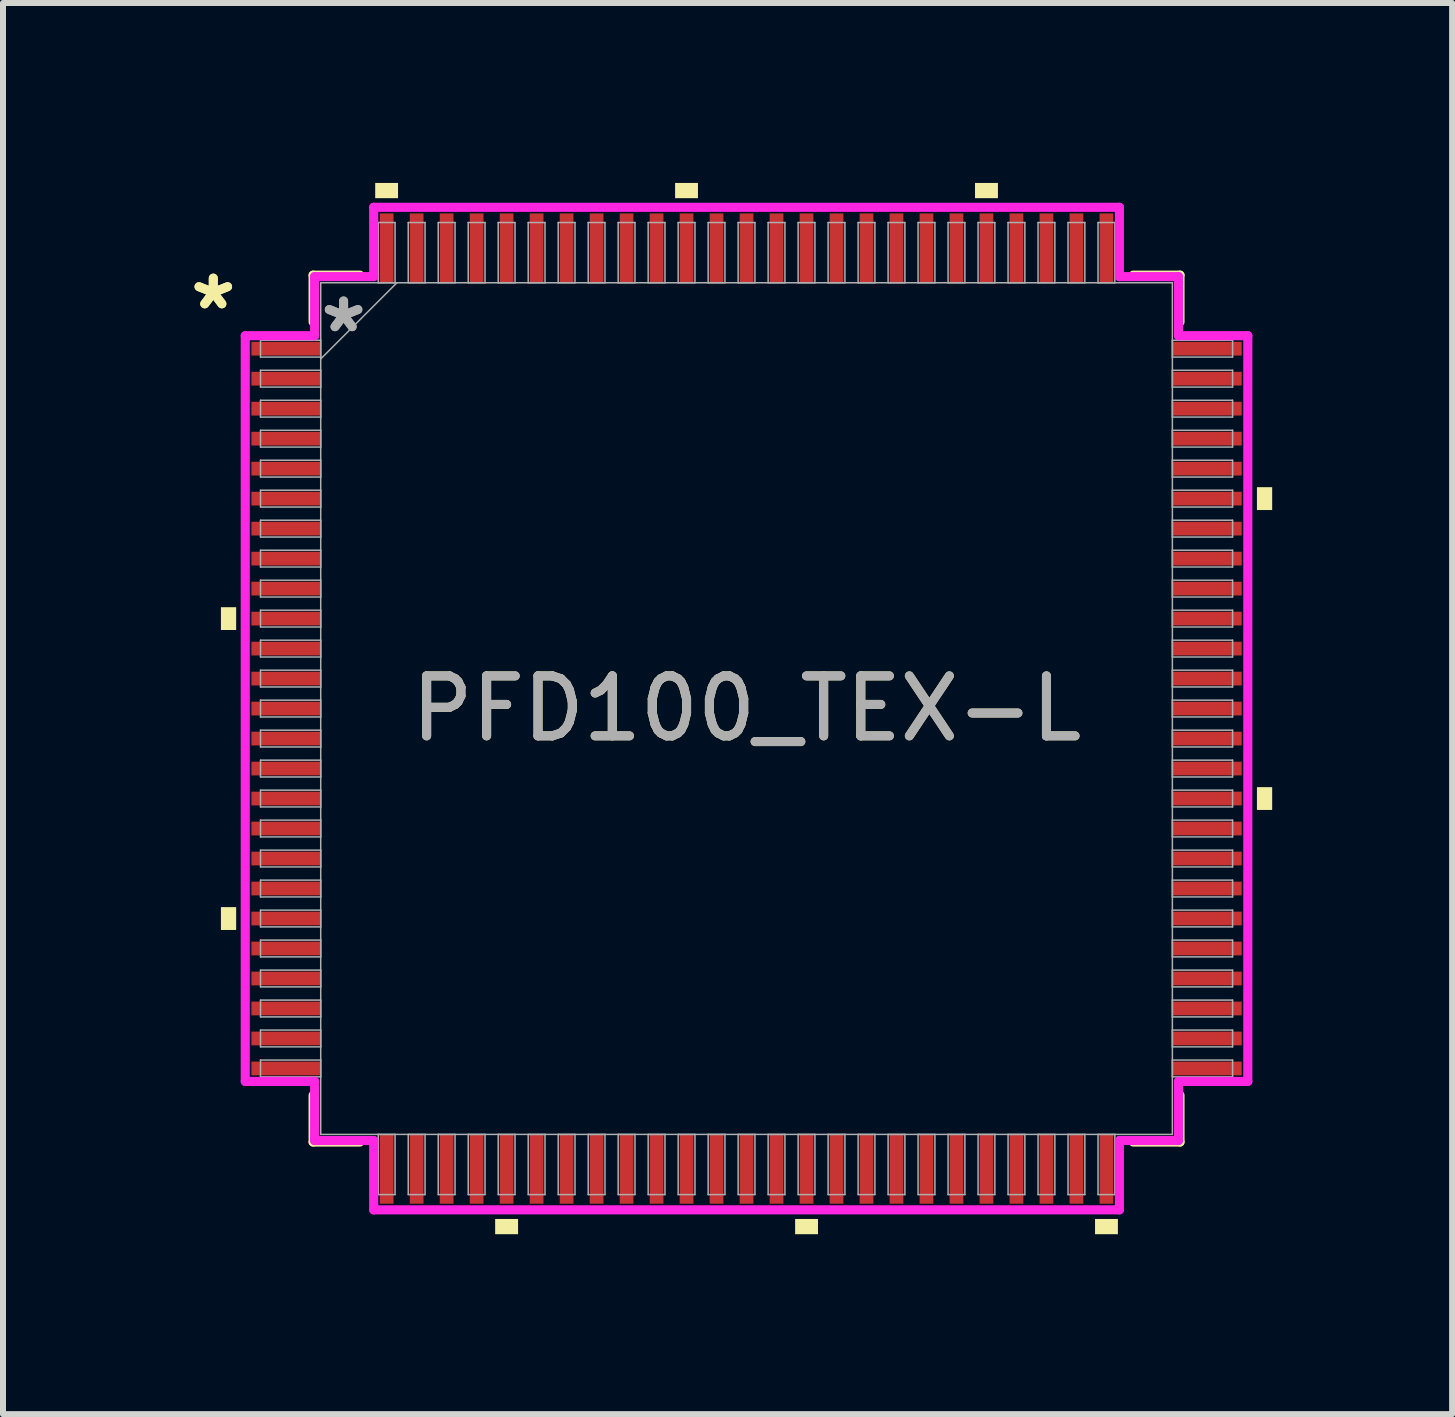
<source format=kicad_pcb>
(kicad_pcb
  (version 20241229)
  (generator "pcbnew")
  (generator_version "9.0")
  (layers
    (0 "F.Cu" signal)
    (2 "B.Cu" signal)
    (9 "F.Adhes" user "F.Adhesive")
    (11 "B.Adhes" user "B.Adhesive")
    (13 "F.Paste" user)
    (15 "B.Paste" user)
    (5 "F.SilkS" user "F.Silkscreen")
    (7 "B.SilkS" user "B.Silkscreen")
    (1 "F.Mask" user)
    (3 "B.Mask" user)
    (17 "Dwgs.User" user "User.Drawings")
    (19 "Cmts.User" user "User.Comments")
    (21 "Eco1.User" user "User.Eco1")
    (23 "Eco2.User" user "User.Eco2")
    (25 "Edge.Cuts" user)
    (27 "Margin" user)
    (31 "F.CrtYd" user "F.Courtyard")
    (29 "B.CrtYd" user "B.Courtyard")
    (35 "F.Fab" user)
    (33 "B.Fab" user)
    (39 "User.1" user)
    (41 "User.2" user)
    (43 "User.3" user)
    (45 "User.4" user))
  (footprint "PFD100_TEX-L"
    (layer "F.Cu")
    (at 9.396 8.763)
    (property "Reference" "PFD100_TEX-L" (at 0 0 0) (unlocked yes) (layer "F.SilkS") (effects (font (size 1 1) (thickness 0.15))))
    (attr smd)
    (fp_line (start -7.226 -7.226) (end -7.226 -6.447) (stroke (width 0.152) (type solid)) (layer "F.SilkS"))
    (fp_line (start -7.226 6.447) (end -7.226 7.226) (stroke (width 0.152) (type solid)) (layer "F.SilkS"))
    (fp_line (start -7.226 7.226) (end -6.447 7.226) (stroke (width 0.152) (type solid)) (layer "F.SilkS"))
    (fp_line (start -6.447 -7.226) (end -7.226 -7.226) (stroke (width 0.152) (type solid)) (layer "F.SilkS"))
    (fp_line (start 6.447 7.226) (end 7.226 7.226) (stroke (width 0.152) (type solid)) (layer "F.SilkS"))
    (fp_line (start 7.226 -7.226) (end 6.447 -7.226) (stroke (width 0.152) (type solid)) (layer "F.SilkS"))
    (fp_line (start 7.226 -6.447) (end 7.226 -7.226) (stroke (width 0.152) (type solid)) (layer "F.SilkS"))
    (fp_line (start 7.226 7.226) (end 7.226 6.447) (stroke (width 0.152) (type solid)) (layer "F.SilkS"))
    (fp_poly (pts (xy -8.763 -1.69) (xy -8.763 -1.31) (xy -8.509 -1.31) (xy -8.509 -1.69)) (stroke (width 0) (type solid)) (fill yes) (layer "F.SilkS"))
    (fp_poly (pts (xy -8.763 3.31) (xy -8.763 3.691) (xy -8.509 3.691) (xy -8.509 3.31)) (stroke (width 0) (type solid)) (fill yes) (layer "F.SilkS"))
    (fp_poly (pts (xy -6.191 -8.509) (xy -6.191 -8.763) (xy -5.81 -8.763) (xy -5.81 -8.509)) (stroke (width 0) (type solid)) (fill yes) (layer "F.SilkS"))
    (fp_poly (pts (xy -4.191 8.509) (xy -4.191 8.763) (xy -3.809 8.763) (xy -3.809 8.509)) (stroke (width 0) (type solid)) (fill yes) (layer "F.SilkS"))
    (fp_poly (pts (xy -1.191 -8.509) (xy -1.191 -8.763) (xy -0.81 -8.763) (xy -0.81 -8.509)) (stroke (width 0) (type solid)) (fill yes) (layer "F.SilkS"))
    (fp_poly (pts (xy 0.81 8.509) (xy 0.81 8.763) (xy 1.191 8.763) (xy 1.191 8.509)) (stroke (width 0) (type solid)) (fill yes) (layer "F.SilkS"))
    (fp_poly (pts (xy 3.809 -8.509) (xy 3.809 -8.763) (xy 4.191 -8.763) (xy 4.191 -8.509)) (stroke (width 0) (type solid)) (fill yes) (layer "F.SilkS"))
    (fp_poly (pts (xy 5.81 8.509) (xy 5.81 8.763) (xy 6.191 8.763) (xy 6.191 8.509)) (stroke (width 0) (type solid)) (fill yes) (layer "F.SilkS"))
    (fp_poly (pts (xy 8.763 -3.691) (xy 8.763 -3.31) (xy 8.509 -3.31) (xy 8.509 -3.691)) (stroke (width 0) (type solid)) (fill yes) (layer "F.SilkS"))
    (fp_poly (pts (xy 8.763 1.31) (xy 8.763 1.69) (xy 8.509 1.69) (xy 8.509 1.31)) (stroke (width 0) (type solid)) (fill yes) (layer "F.SilkS"))
    (fp_line (start -8.357 -6.216) (end -7.201 -6.216) (stroke (width 0.152) (type solid)) (layer "F.CrtYd"))
    (fp_line (start -8.357 6.216) (end -8.357 -6.216) (stroke (width 0.152) (type solid)) (layer "F.CrtYd"))
    (fp_line (start -7.201 -7.201) (end -6.216 -7.201) (stroke (width 0.152) (type solid)) (layer "F.CrtYd"))
    (fp_line (start -7.201 -6.216) (end -7.201 -7.201) (stroke (width 0.152) (type solid)) (layer "F.CrtYd"))
    (fp_line (start -7.201 6.216) (end -8.357 6.216) (stroke (width 0.152) (type solid)) (layer "F.CrtYd"))
    (fp_line (start -7.201 7.201) (end -7.201 6.216) (stroke (width 0.152) (type solid)) (layer "F.CrtYd"))
    (fp_line (start -7.201 7.201) (end -6.216 7.201) (stroke (width 0.152) (type solid)) (layer "F.CrtYd"))
    (fp_line (start -6.216 -8.357) (end 6.216 -8.357) (stroke (width 0.152) (type solid)) (layer "F.CrtYd"))
    (fp_line (start -6.216 -7.201) (end -6.216 -8.357) (stroke (width 0.152) (type solid)) (layer "F.CrtYd"))
    (fp_line (start -6.216 7.201) (end -6.216 8.357) (stroke (width 0.152) (type solid)) (layer "F.CrtYd"))
    (fp_line (start -6.216 8.357) (end 6.216 8.357) (stroke (width 0.152) (type solid)) (layer "F.CrtYd"))
    (fp_line (start 6.216 -8.357) (end 6.216 -7.201) (stroke (width 0.152) (type solid)) (layer "F.CrtYd"))
    (fp_line (start 6.216 -7.201) (end 7.201 -7.201) (stroke (width 0.152) (type solid)) (layer "F.CrtYd"))
    (fp_line (start 6.216 7.201) (end 7.201 7.201) (stroke (width 0.152) (type solid)) (layer "F.CrtYd"))
    (fp_line (start 6.216 8.357) (end 6.216 7.201) (stroke (width 0.152) (type solid)) (layer "F.CrtYd"))
    (fp_line (start 7.201 -6.216) (end 7.201 -7.201) (stroke (width 0.152) (type solid)) (layer "F.CrtYd"))
    (fp_line (start 7.201 6.216) (end 8.357 6.216) (stroke (width 0.152) (type solid)) (layer "F.CrtYd"))
    (fp_line (start 7.201 7.201) (end 7.201 6.216) (stroke (width 0.152) (type solid)) (layer "F.CrtYd"))
    (fp_line (start 8.357 -6.216) (end 7.201 -6.216) (stroke (width 0.152) (type solid)) (layer "F.CrtYd"))
    (fp_line (start 8.357 6.216) (end 8.357 -6.216) (stroke (width 0.152) (type solid)) (layer "F.CrtYd"))
    (fp_line (start -8.103 -6.14) (end -8.103 -5.86) (stroke (width 0.025) (type solid)) (layer "F.Fab"))
    (fp_line (start -8.103 -5.86) (end -7.099 -5.86) (stroke (width 0.025) (type solid)) (layer "F.Fab"))
    (fp_line (start -8.103 -5.64) (end -8.103 -5.36) (stroke (width 0.025) (type solid)) (layer "F.Fab"))
    (fp_line (start -8.103 -5.36) (end -7.099 -5.36) (stroke (width 0.025) (type solid)) (layer "F.Fab"))
    (fp_line (start -8.103 -5.14) (end -8.103 -4.86) (stroke (width 0.025) (type solid)) (layer "F.Fab"))
    (fp_line (start -8.103 -4.86) (end -7.099 -4.86) (stroke (width 0.025) (type solid)) (layer "F.Fab"))
    (fp_line (start -8.103 -4.64) (end -8.103 -4.36) (stroke (width 0.025) (type solid)) (layer "F.Fab"))
    (fp_line (start -8.103 -4.36) (end -7.099 -4.36) (stroke (width 0.025) (type solid)) (layer "F.Fab"))
    (fp_line (start -8.103 -4.14) (end -8.103 -3.86) (stroke (width 0.025) (type solid)) (layer "F.Fab"))
    (fp_line (start -8.103 -3.86) (end -7.099 -3.86) (stroke (width 0.025) (type solid)) (layer "F.Fab"))
    (fp_line (start -8.103 -3.64) (end -8.103 -3.36) (stroke (width 0.025) (type solid)) (layer "F.Fab"))
    (fp_line (start -8.103 -3.36) (end -7.099 -3.36) (stroke (width 0.025) (type solid)) (layer "F.Fab"))
    (fp_line (start -8.103 -3.14) (end -8.103 -2.86) (stroke (width 0.025) (type solid)) (layer "F.Fab"))
    (fp_line (start -8.103 -2.86) (end -7.099 -2.86) (stroke (width 0.025) (type solid)) (layer "F.Fab"))
    (fp_line (start -8.103 -2.64) (end -8.103 -2.36) (stroke (width 0.025) (type solid)) (layer "F.Fab"))
    (fp_line (start -8.103 -2.36) (end -7.099 -2.36) (stroke (width 0.025) (type solid)) (layer "F.Fab"))
    (fp_line (start -8.103 -2.14) (end -8.103 -1.86) (stroke (width 0.025) (type solid)) (layer "F.Fab"))
    (fp_line (start -8.103 -1.86) (end -7.099 -1.86) (stroke (width 0.025) (type solid)) (layer "F.Fab"))
    (fp_line (start -8.103 -1.64) (end -8.103 -1.36) (stroke (width 0.025) (type solid)) (layer "F.Fab"))
    (fp_line (start -8.103 -1.36) (end -7.099 -1.36) (stroke (width 0.025) (type solid)) (layer "F.Fab"))
    (fp_line (start -8.103 -1.14) (end -8.103 -0.86) (stroke (width 0.025) (type solid)) (layer "F.Fab"))
    (fp_line (start -8.103 -0.86) (end -7.099 -0.86) (stroke (width 0.025) (type solid)) (layer "F.Fab"))
    (fp_line (start -8.103 -0.64) (end -8.103 -0.36) (stroke (width 0.025) (type solid)) (layer "F.Fab"))
    (fp_line (start -8.103 -0.36) (end -7.099 -0.36) (stroke (width 0.025) (type solid)) (layer "F.Fab"))
    (fp_line (start -8.103 -0.14) (end -8.103 0.14) (stroke (width 0.025) (type solid)) (layer "F.Fab"))
    (fp_line (start -8.103 0.14) (end -7.099 0.14) (stroke (width 0.025) (type solid)) (layer "F.Fab"))
    (fp_line (start -8.103 0.36) (end -8.103 0.64) (stroke (width 0.025) (type solid)) (layer "F.Fab"))
    (fp_line (start -8.103 0.64) (end -7.099 0.64) (stroke (width 0.025) (type solid)) (layer "F.Fab"))
    (fp_line (start -8.103 0.86) (end -8.103 1.14) (stroke (width 0.025) (type solid)) (layer "F.Fab"))
    (fp_line (start -8.103 1.14) (end -7.099 1.14) (stroke (width 0.025) (type solid)) (layer "F.Fab"))
    (fp_line (start -8.103 1.36) (end -8.103 1.64) (stroke (width 0.025) (type solid)) (layer "F.Fab"))
    (fp_line (start -8.103 1.64) (end -7.099 1.64) (stroke (width 0.025) (type solid)) (layer "F.Fab"))
    (fp_line (start -8.103 1.86) (end -8.103 2.14) (stroke (width 0.025) (type solid)) (layer "F.Fab"))
    (fp_line (start -8.103 2.14) (end -7.099 2.14) (stroke (width 0.025) (type solid)) (layer "F.Fab"))
    (fp_line (start -8.103 2.36) (end -8.103 2.64) (stroke (width 0.025) (type solid)) (layer "F.Fab"))
    (fp_line (start -8.103 2.64) (end -7.099 2.64) (stroke (width 0.025) (type solid)) (layer "F.Fab"))
    (fp_line (start -8.103 2.86) (end -8.103 3.14) (stroke (width 0.025) (type solid)) (layer "F.Fab"))
    (fp_line (start -8.103 3.14) (end -7.099 3.14) (stroke (width 0.025) (type solid)) (layer "F.Fab"))
    (fp_line (start -8.103 3.36) (end -8.103 3.64) (stroke (width 0.025) (type solid)) (layer "F.Fab"))
    (fp_line (start -8.103 3.64) (end -7.099 3.64) (stroke (width 0.025) (type solid)) (layer "F.Fab"))
    (fp_line (start -8.103 3.86) (end -8.103 4.14) (stroke (width 0.025) (type solid)) (layer "F.Fab"))
    (fp_line (start -8.103 4.14) (end -7.099 4.14) (stroke (width 0.025) (type solid)) (layer "F.Fab"))
    (fp_line (start -8.103 4.36) (end -8.103 4.64) (stroke (width 0.025) (type solid)) (layer "F.Fab"))
    (fp_line (start -8.103 4.64) (end -7.099 4.64) (stroke (width 0.025) (type solid)) (layer "F.Fab"))
    (fp_line (start -8.103 4.86) (end -8.103 5.14) (stroke (width 0.025) (type solid)) (layer "F.Fab"))
    (fp_line (start -8.103 5.14) (end -7.099 5.14) (stroke (width 0.025) (type solid)) (layer "F.Fab"))
    (fp_line (start -8.103 5.36) (end -8.103 5.64) (stroke (width 0.025) (type solid)) (layer "F.Fab"))
    (fp_line (start -8.103 5.64) (end -7.099 5.64) (stroke (width 0.025) (type solid)) (layer "F.Fab"))
    (fp_line (start -8.103 5.86) (end -8.103 6.14) (stroke (width 0.025) (type solid)) (layer "F.Fab"))
    (fp_line (start -8.103 6.14) (end -7.099 6.14) (stroke (width 0.025) (type solid)) (layer "F.Fab"))
    (fp_line (start -7.099 -7.099) (end -7.099 7.099) (stroke (width 0.025) (type solid)) (layer "F.Fab"))
    (fp_line (start -7.099 -6.14) (end -8.103 -6.14) (stroke (width 0.025) (type solid)) (layer "F.Fab"))
    (fp_line (start -7.099 -5.86) (end -7.099 -6.14) (stroke (width 0.025) (type solid)) (layer "F.Fab"))
    (fp_line (start -7.099 -5.829) (end -5.829 -7.099) (stroke (width 0.025) (type solid)) (layer "F.Fab"))
    (fp_line (start -7.099 -5.64) (end -8.103 -5.64) (stroke (width 0.025) (type solid)) (layer "F.Fab"))
    (fp_line (start -7.099 -5.36) (end -7.099 -5.64) (stroke (width 0.025) (type solid)) (layer "F.Fab"))
    (fp_line (start -7.099 -5.14) (end -8.103 -5.14) (stroke (width 0.025) (type solid)) (layer "F.Fab"))
    (fp_line (start -7.099 -4.86) (end -7.099 -5.14) (stroke (width 0.025) (type solid)) (layer "F.Fab"))
    (fp_line (start -7.099 -4.64) (end -8.103 -4.64) (stroke (width 0.025) (type solid)) (layer "F.Fab"))
    (fp_line (start -7.099 -4.36) (end -7.099 -4.64) (stroke (width 0.025) (type solid)) (layer "F.Fab"))
    (fp_line (start -7.099 -4.14) (end -8.103 -4.14) (stroke (width 0.025) (type solid)) (layer "F.Fab"))
    (fp_line (start -7.099 -3.86) (end -7.099 -4.14) (stroke (width 0.025) (type solid)) (layer "F.Fab"))
    (fp_line (start -7.099 -3.64) (end -8.103 -3.64) (stroke (width 0.025) (type solid)) (layer "F.Fab"))
    (fp_line (start -7.099 -3.36) (end -7.099 -3.64) (stroke (width 0.025) (type solid)) (layer "F.Fab"))
    (fp_line (start -7.099 -3.14) (end -8.103 -3.14) (stroke (width 0.025) (type solid)) (layer "F.Fab"))
    (fp_line (start -7.099 -2.86) (end -7.099 -3.14) (stroke (width 0.025) (type solid)) (layer "F.Fab"))
    (fp_line (start -7.099 -2.64) (end -8.103 -2.64) (stroke (width 0.025) (type solid)) (layer "F.Fab"))
    (fp_line (start -7.099 -2.36) (end -7.099 -2.64) (stroke (width 0.025) (type solid)) (layer "F.Fab"))
    (fp_line (start -7.099 -2.14) (end -8.103 -2.14) (stroke (width 0.025) (type solid)) (layer "F.Fab"))
    (fp_line (start -7.099 -1.86) (end -7.099 -2.14) (stroke (width 0.025) (type solid)) (layer "F.Fab"))
    (fp_line (start -7.099 -1.64) (end -8.103 -1.64) (stroke (width 0.025) (type solid)) (layer "F.Fab"))
    (fp_line (start -7.099 -1.36) (end -7.099 -1.64) (stroke (width 0.025) (type solid)) (layer "F.Fab"))
    (fp_line (start -7.099 -1.14) (end -8.103 -1.14) (stroke (width 0.025) (type solid)) (layer "F.Fab"))
    (fp_line (start -7.099 -0.86) (end -7.099 -1.14) (stroke (width 0.025) (type solid)) (layer "F.Fab"))
    (fp_line (start -7.099 -0.64) (end -8.103 -0.64) (stroke (width 0.025) (type solid)) (layer "F.Fab"))
    (fp_line (start -7.099 -0.36) (end -7.099 -0.64) (stroke (width 0.025) (type solid)) (layer "F.Fab"))
    (fp_line (start -7.099 -0.14) (end -8.103 -0.14) (stroke (width 0.025) (type solid)) (layer "F.Fab"))
    (fp_line (start -7.099 0.14) (end -7.099 -0.14) (stroke (width 0.025) (type solid)) (layer "F.Fab"))
    (fp_line (start -7.099 0.36) (end -8.103 0.36) (stroke (width 0.025) (type solid)) (layer "F.Fab"))
    (fp_line (start -7.099 0.64) (end -7.099 0.36) (stroke (width 0.025) (type solid)) (layer "F.Fab"))
    (fp_line (start -7.099 0.86) (end -8.103 0.86) (stroke (width 0.025) (type solid)) (layer "F.Fab"))
    (fp_line (start -7.099 1.14) (end -7.099 0.86) (stroke (width 0.025) (type solid)) (layer "F.Fab"))
    (fp_line (start -7.099 1.36) (end -8.103 1.36) (stroke (width 0.025) (type solid)) (layer "F.Fab"))
    (fp_line (start -7.099 1.64) (end -7.099 1.36) (stroke (width 0.025) (type solid)) (layer "F.Fab"))
    (fp_line (start -7.099 1.86) (end -8.103 1.86) (stroke (width 0.025) (type solid)) (layer "F.Fab"))
    (fp_line (start -7.099 2.14) (end -7.099 1.86) (stroke (width 0.025) (type solid)) (layer "F.Fab"))
    (fp_line (start -7.099 2.36) (end -8.103 2.36) (stroke (width 0.025) (type solid)) (layer "F.Fab"))
    (fp_line (start -7.099 2.64) (end -7.099 2.36) (stroke (width 0.025) (type solid)) (layer "F.Fab"))
    (fp_line (start -7.099 2.86) (end -8.103 2.86) (stroke (width 0.025) (type solid)) (layer "F.Fab"))
    (fp_line (start -7.099 3.14) (end -7.099 2.86) (stroke (width 0.025) (type solid)) (layer "F.Fab"))
    (fp_line (start -7.099 3.36) (end -8.103 3.36) (stroke (width 0.025) (type solid)) (layer "F.Fab"))
    (fp_line (start -7.099 3.64) (end -7.099 3.36) (stroke (width 0.025) (type solid)) (layer "F.Fab"))
    (fp_line (start -7.099 3.86) (end -8.103 3.86) (stroke (width 0.025) (type solid)) (layer "F.Fab"))
    (fp_line (start -7.099 4.14) (end -7.099 3.86) (stroke (width 0.025) (type solid)) (layer "F.Fab"))
    (fp_line (start -7.099 4.36) (end -8.103 4.36) (stroke (width 0.025) (type solid)) (layer "F.Fab"))
    (fp_line (start -7.099 4.64) (end -7.099 4.36) (stroke (width 0.025) (type solid)) (layer "F.Fab"))
    (fp_line (start -7.099 4.86) (end -8.103 4.86) (stroke (width 0.025) (type solid)) (layer "F.Fab"))
    (fp_line (start -7.099 5.14) (end -7.099 4.86) (stroke (width 0.025) (type solid)) (layer "F.Fab"))
    (fp_line (start -7.099 5.36) (end -8.103 5.36) (stroke (width 0.025) (type solid)) (layer "F.Fab"))
    (fp_line (start -7.099 5.64) (end -7.099 5.36) (stroke (width 0.025) (type solid)) (layer "F.Fab"))
    (fp_line (start -7.099 5.86) (end -8.103 5.86) (stroke (width 0.025) (type solid)) (layer "F.Fab"))
    (fp_line (start -7.099 6.14) (end -7.099 5.86) (stroke (width 0.025) (type solid)) (layer "F.Fab"))
    (fp_line (start -7.099 7.099) (end 7.099 7.099) (stroke (width 0.025) (type solid)) (layer "F.Fab"))
    (fp_line (start -6.14 -8.103) (end -6.14 -7.099) (stroke (width 0.025) (type solid)) (layer "F.Fab"))
    (fp_line (start -6.14 -7.099) (end -5.86 -7.099) (stroke (width 0.025) (type solid)) (layer "F.Fab"))
    (fp_line (start -6.14 7.099) (end -6.14 8.103) (stroke (width 0.025) (type solid)) (layer "F.Fab"))
    (fp_line (start -6.14 8.103) (end -5.86 8.103) (stroke (width 0.025) (type solid)) (layer "F.Fab"))
    (fp_line (start -5.86 -8.103) (end -6.14 -8.103) (stroke (width 0.025) (type solid)) (layer "F.Fab"))
    (fp_line (start -5.86 -7.099) (end -5.86 -8.103) (stroke (width 0.025) (type solid)) (layer "F.Fab"))
    (fp_line (start -5.86 7.099) (end -6.14 7.099) (stroke (width 0.025) (type solid)) (layer "F.Fab"))
    (fp_line (start -5.86 8.103) (end -5.86 7.099) (stroke (width 0.025) (type solid)) (layer "F.Fab"))
    (fp_line (start -5.64 -8.103) (end -5.64 -7.099) (stroke (width 0.025) (type solid)) (layer "F.Fab"))
    (fp_line (start -5.64 -7.099) (end -5.36 -7.099) (stroke (width 0.025) (type solid)) (layer "F.Fab"))
    (fp_line (start -5.64 7.099) (end -5.64 8.103) (stroke (width 0.025) (type solid)) (layer "F.Fab"))
    (fp_line (start -5.64 8.103) (end -5.36 8.103) (stroke (width 0.025) (type solid)) (layer "F.Fab"))
    (fp_line (start -5.36 -8.103) (end -5.64 -8.103) (stroke (width 0.025) (type solid)) (layer "F.Fab"))
    (fp_line (start -5.36 -7.099) (end -5.36 -8.103) (stroke (width 0.025) (type solid)) (layer "F.Fab"))
    (fp_line (start -5.36 7.099) (end -5.64 7.099) (stroke (width 0.025) (type solid)) (layer "F.Fab"))
    (fp_line (start -5.36 8.103) (end -5.36 7.099) (stroke (width 0.025) (type solid)) (layer "F.Fab"))
    (fp_line (start -5.14 -8.103) (end -5.14 -7.099) (stroke (width 0.025) (type solid)) (layer "F.Fab"))
    (fp_line (start -5.14 -7.099) (end -4.86 -7.099) (stroke (width 0.025) (type solid)) (layer "F.Fab"))
    (fp_line (start -5.14 7.099) (end -5.14 8.103) (stroke (width 0.025) (type solid)) (layer "F.Fab"))
    (fp_line (start -5.14 8.103) (end -4.86 8.103) (stroke (width 0.025) (type solid)) (layer "F.Fab"))
    (fp_line (start -4.86 -8.103) (end -5.14 -8.103) (stroke (width 0.025) (type solid)) (layer "F.Fab"))
    (fp_line (start -4.86 -7.099) (end -4.86 -8.103) (stroke (width 0.025) (type solid)) (layer "F.Fab"))
    (fp_line (start -4.86 7.099) (end -5.14 7.099) (stroke (width 0.025) (type solid)) (layer "F.Fab"))
    (fp_line (start -4.86 8.103) (end -4.86 7.099) (stroke (width 0.025) (type solid)) (layer "F.Fab"))
    (fp_line (start -4.64 -8.103) (end -4.64 -7.099) (stroke (width 0.025) (type solid)) (layer "F.Fab"))
    (fp_line (start -4.64 -7.099) (end -4.36 -7.099) (stroke (width 0.025) (type solid)) (layer "F.Fab"))
    (fp_line (start -4.64 7.099) (end -4.64 8.103) (stroke (width 0.025) (type solid)) (layer "F.Fab"))
    (fp_line (start -4.64 8.103) (end -4.36 8.103) (stroke (width 0.025) (type solid)) (layer "F.Fab"))
    (fp_line (start -4.36 -8.103) (end -4.64 -8.103) (stroke (width 0.025) (type solid)) (layer "F.Fab"))
    (fp_line (start -4.36 -7.099) (end -4.36 -8.103) (stroke (width 0.025) (type solid)) (layer "F.Fab"))
    (fp_line (start -4.36 7.099) (end -4.64 7.099) (stroke (width 0.025) (type solid)) (layer "F.Fab"))
    (fp_line (start -4.36 8.103) (end -4.36 7.099) (stroke (width 0.025) (type solid)) (layer "F.Fab"))
    (fp_line (start -4.14 -8.103) (end -4.14 -7.099) (stroke (width 0.025) (type solid)) (layer "F.Fab"))
    (fp_line (start -4.14 -7.099) (end -3.86 -7.099) (stroke (width 0.025) (type solid)) (layer "F.Fab"))
    (fp_line (start -4.14 7.099) (end -4.14 8.103) (stroke (width 0.025) (type solid)) (layer "F.Fab"))
    (fp_line (start -4.14 8.103) (end -3.86 8.103) (stroke (width 0.025) (type solid)) (layer "F.Fab"))
    (fp_line (start -3.86 -8.103) (end -4.14 -8.103) (stroke (width 0.025) (type solid)) (layer "F.Fab"))
    (fp_line (start -3.86 -7.099) (end -3.86 -8.103) (stroke (width 0.025) (type solid)) (layer "F.Fab"))
    (fp_line (start -3.86 7.099) (end -4.14 7.099) (stroke (width 0.025) (type solid)) (layer "F.Fab"))
    (fp_line (start -3.86 8.103) (end -3.86 7.099) (stroke (width 0.025) (type solid)) (layer "F.Fab"))
    (fp_line (start -3.64 -8.103) (end -3.64 -7.099) (stroke (width 0.025) (type solid)) (layer "F.Fab"))
    (fp_line (start -3.64 -7.099) (end -3.36 -7.099) (stroke (width 0.025) (type solid)) (layer "F.Fab"))
    (fp_line (start -3.64 7.099) (end -3.64 8.103) (stroke (width 0.025) (type solid)) (layer "F.Fab"))
    (fp_line (start -3.64 8.103) (end -3.36 8.103) (stroke (width 0.025) (type solid)) (layer "F.Fab"))
    (fp_line (start -3.36 -8.103) (end -3.64 -8.103) (stroke (width 0.025) (type solid)) (layer "F.Fab"))
    (fp_line (start -3.36 -7.099) (end -3.36 -8.103) (stroke (width 0.025) (type solid)) (layer "F.Fab"))
    (fp_line (start -3.36 7.099) (end -3.64 7.099) (stroke (width 0.025) (type solid)) (layer "F.Fab"))
    (fp_line (start -3.36 8.103) (end -3.36 7.099) (stroke (width 0.025) (type solid)) (layer "F.Fab"))
    (fp_line (start -3.14 -8.103) (end -3.14 -7.099) (stroke (width 0.025) (type solid)) (layer "F.Fab"))
    (fp_line (start -3.14 -7.099) (end -2.86 -7.099) (stroke (width 0.025) (type solid)) (layer "F.Fab"))
    (fp_line (start -3.14 7.099) (end -3.14 8.103) (stroke (width 0.025) (type solid)) (layer "F.Fab"))
    (fp_line (start -3.14 8.103) (end -2.86 8.103) (stroke (width 0.025) (type solid)) (layer "F.Fab"))
    (fp_line (start -2.86 -8.103) (end -3.14 -8.103) (stroke (width 0.025) (type solid)) (layer "F.Fab"))
    (fp_line (start -2.86 -7.099) (end -2.86 -8.103) (stroke (width 0.025) (type solid)) (layer "F.Fab"))
    (fp_line (start -2.86 7.099) (end -3.14 7.099) (stroke (width 0.025) (type solid)) (layer "F.Fab"))
    (fp_line (start -2.86 8.103) (end -2.86 7.099) (stroke (width 0.025) (type solid)) (layer "F.Fab"))
    (fp_line (start -2.64 -8.103) (end -2.64 -7.099) (stroke (width 0.025) (type solid)) (layer "F.Fab"))
    (fp_line (start -2.64 -7.099) (end -2.36 -7.099) (stroke (width 0.025) (type solid)) (layer "F.Fab"))
    (fp_line (start -2.64 7.099) (end -2.64 8.103) (stroke (width 0.025) (type solid)) (layer "F.Fab"))
    (fp_line (start -2.64 8.103) (end -2.36 8.103) (stroke (width 0.025) (type solid)) (layer "F.Fab"))
    (fp_line (start -2.36 -8.103) (end -2.64 -8.103) (stroke (width 0.025) (type solid)) (layer "F.Fab"))
    (fp_line (start -2.36 -7.099) (end -2.36 -8.103) (stroke (width 0.025) (type solid)) (layer "F.Fab"))
    (fp_line (start -2.36 7.099) (end -2.64 7.099) (stroke (width 0.025) (type solid)) (layer "F.Fab"))
    (fp_line (start -2.36 8.103) (end -2.36 7.099) (stroke (width 0.025) (type solid)) (layer "F.Fab"))
    (fp_line (start -2.14 -8.103) (end -2.14 -7.099) (stroke (width 0.025) (type solid)) (layer "F.Fab"))
    (fp_line (start -2.14 -7.099) (end -1.86 -7.099) (stroke (width 0.025) (type solid)) (layer "F.Fab"))
    (fp_line (start -2.14 7.099) (end -2.14 8.103) (stroke (width 0.025) (type solid)) (layer "F.Fab"))
    (fp_line (start -2.14 8.103) (end -1.86 8.103) (stroke (width 0.025) (type solid)) (layer "F.Fab"))
    (fp_line (start -1.86 -8.103) (end -2.14 -8.103) (stroke (width 0.025) (type solid)) (layer "F.Fab"))
    (fp_line (start -1.86 -7.099) (end -1.86 -8.103) (stroke (width 0.025) (type solid)) (layer "F.Fab"))
    (fp_line (start -1.86 7.099) (end -2.14 7.099) (stroke (width 0.025) (type solid)) (layer "F.Fab"))
    (fp_line (start -1.86 8.103) (end -1.86 7.099) (stroke (width 0.025) (type solid)) (layer "F.Fab"))
    (fp_line (start -1.64 -8.103) (end -1.64 -7.099) (stroke (width 0.025) (type solid)) (layer "F.Fab"))
    (fp_line (start -1.64 -7.099) (end -1.36 -7.099) (stroke (width 0.025) (type solid)) (layer "F.Fab"))
    (fp_line (start -1.64 7.099) (end -1.64 8.103) (stroke (width 0.025) (type solid)) (layer "F.Fab"))
    (fp_line (start -1.64 8.103) (end -1.36 8.103) (stroke (width 0.025) (type solid)) (layer "F.Fab"))
    (fp_line (start -1.36 -8.103) (end -1.64 -8.103) (stroke (width 0.025) (type solid)) (layer "F.Fab"))
    (fp_line (start -1.36 -7.099) (end -1.36 -8.103) (stroke (width 0.025) (type solid)) (layer "F.Fab"))
    (fp_line (start -1.36 7.099) (end -1.64 7.099) (stroke (width 0.025) (type solid)) (layer "F.Fab"))
    (fp_line (start -1.36 8.103) (end -1.36 7.099) (stroke (width 0.025) (type solid)) (layer "F.Fab"))
    (fp_line (start -1.14 -8.103) (end -1.14 -7.099) (stroke (width 0.025) (type solid)) (layer "F.Fab"))
    (fp_line (start -1.14 -7.099) (end -0.86 -7.099) (stroke (width 0.025) (type solid)) (layer "F.Fab"))
    (fp_line (start -1.14 7.099) (end -1.14 8.103) (stroke (width 0.025) (type solid)) (layer "F.Fab"))
    (fp_line (start -1.14 8.103) (end -0.86 8.103) (stroke (width 0.025) (type solid)) (layer "F.Fab"))
    (fp_line (start -0.86 -8.103) (end -1.14 -8.103) (stroke (width 0.025) (type solid)) (layer "F.Fab"))
    (fp_line (start -0.86 -7.099) (end -0.86 -8.103) (stroke (width 0.025) (type solid)) (layer "F.Fab"))
    (fp_line (start -0.86 7.099) (end -1.14 7.099) (stroke (width 0.025) (type solid)) (layer "F.Fab"))
    (fp_line (start -0.86 8.103) (end -0.86 7.099) (stroke (width 0.025) (type solid)) (layer "F.Fab"))
    (fp_line (start -0.64 -8.103) (end -0.64 -7.099) (stroke (width 0.025) (type solid)) (layer "F.Fab"))
    (fp_line (start -0.64 -7.099) (end -0.36 -7.099) (stroke (width 0.025) (type solid)) (layer "F.Fab"))
    (fp_line (start -0.64 7.099) (end -0.64 8.103) (stroke (width 0.025) (type solid)) (layer "F.Fab"))
    (fp_line (start -0.64 8.103) (end -0.36 8.103) (stroke (width 0.025) (type solid)) (layer "F.Fab"))
    (fp_line (start -0.36 -8.103) (end -0.64 -8.103) (stroke (width 0.025) (type solid)) (layer "F.Fab"))
    (fp_line (start -0.36 -7.099) (end -0.36 -8.103) (stroke (width 0.025) (type solid)) (layer "F.Fab"))
    (fp_line (start -0.36 7.099) (end -0.64 7.099) (stroke (width 0.025) (type solid)) (layer "F.Fab"))
    (fp_line (start -0.36 8.103) (end -0.36 7.099) (stroke (width 0.025) (type solid)) (layer "F.Fab"))
    (fp_line (start -0.14 -8.103) (end -0.14 -7.099) (stroke (width 0.025) (type solid)) (layer "F.Fab"))
    (fp_line (start -0.14 -7.099) (end 0.14 -7.099) (stroke (width 0.025) (type solid)) (layer "F.Fab"))
    (fp_line (start -0.14 7.099) (end -0.14 8.103) (stroke (width 0.025) (type solid)) (layer "F.Fab"))
    (fp_line (start -0.14 8.103) (end 0.14 8.103) (stroke (width 0.025) (type solid)) (layer "F.Fab"))
    (fp_line (start 0.14 -8.103) (end -0.14 -8.103) (stroke (width 0.025) (type solid)) (layer "F.Fab"))
    (fp_line (start 0.14 -7.099) (end 0.14 -8.103) (stroke (width 0.025) (type solid)) (layer "F.Fab"))
    (fp_line (start 0.14 7.099) (end -0.14 7.099) (stroke (width 0.025) (type solid)) (layer "F.Fab"))
    (fp_line (start 0.14 8.103) (end 0.14 7.099) (stroke (width 0.025) (type solid)) (layer "F.Fab"))
    (fp_line (start 0.36 -8.103) (end 0.36 -7.099) (stroke (width 0.025) (type solid)) (layer "F.Fab"))
    (fp_line (start 0.36 -7.099) (end 0.64 -7.099) (stroke (width 0.025) (type solid)) (layer "F.Fab"))
    (fp_line (start 0.36 7.099) (end 0.36 8.103) (stroke (width 0.025) (type solid)) (layer "F.Fab"))
    (fp_line (start 0.36 8.103) (end 0.64 8.103) (stroke (width 0.025) (type solid)) (layer "F.Fab"))
    (fp_line (start 0.64 -8.103) (end 0.36 -8.103) (stroke (width 0.025) (type solid)) (layer "F.Fab"))
    (fp_line (start 0.64 -7.099) (end 0.64 -8.103) (stroke (width 0.025) (type solid)) (layer "F.Fab"))
    (fp_line (start 0.64 7.099) (end 0.36 7.099) (stroke (width 0.025) (type solid)) (layer "F.Fab"))
    (fp_line (start 0.64 8.103) (end 0.64 7.099) (stroke (width 0.025) (type solid)) (layer "F.Fab"))
    (fp_line (start 0.86 -8.103) (end 0.86 -7.099) (stroke (width 0.025) (type solid)) (layer "F.Fab"))
    (fp_line (start 0.86 -7.099) (end 1.14 -7.099) (stroke (width 0.025) (type solid)) (layer "F.Fab"))
    (fp_line (start 0.86 7.099) (end 0.86 8.103) (stroke (width 0.025) (type solid)) (layer "F.Fab"))
    (fp_line (start 0.86 8.103) (end 1.14 8.103) (stroke (width 0.025) (type solid)) (layer "F.Fab"))
    (fp_line (start 1.14 -8.103) (end 0.86 -8.103) (stroke (width 0.025) (type solid)) (layer "F.Fab"))
    (fp_line (start 1.14 -7.099) (end 1.14 -8.103) (stroke (width 0.025) (type solid)) (layer "F.Fab"))
    (fp_line (start 1.14 7.099) (end 0.86 7.099) (stroke (width 0.025) (type solid)) (layer "F.Fab"))
    (fp_line (start 1.14 8.103) (end 1.14 7.099) (stroke (width 0.025) (type solid)) (layer "F.Fab"))
    (fp_line (start 1.36 -8.103) (end 1.36 -7.099) (stroke (width 0.025) (type solid)) (layer "F.Fab"))
    (fp_line (start 1.36 -7.099) (end 1.64 -7.099) (stroke (width 0.025) (type solid)) (layer "F.Fab"))
    (fp_line (start 1.36 7.099) (end 1.36 8.103) (stroke (width 0.025) (type solid)) (layer "F.Fab"))
    (fp_line (start 1.36 8.103) (end 1.64 8.103) (stroke (width 0.025) (type solid)) (layer "F.Fab"))
    (fp_line (start 1.64 -8.103) (end 1.36 -8.103) (stroke (width 0.025) (type solid)) (layer "F.Fab"))
    (fp_line (start 1.64 -7.099) (end 1.64 -8.103) (stroke (width 0.025) (type solid)) (layer "F.Fab"))
    (fp_line (start 1.64 7.099) (end 1.36 7.099) (stroke (width 0.025) (type solid)) (layer "F.Fab"))
    (fp_line (start 1.64 8.103) (end 1.64 7.099) (stroke (width 0.025) (type solid)) (layer "F.Fab"))
    (fp_line (start 1.86 -8.103) (end 1.86 -7.099) (stroke (width 0.025) (type solid)) (layer "F.Fab"))
    (fp_line (start 1.86 -7.099) (end 2.14 -7.099) (stroke (width 0.025) (type solid)) (layer "F.Fab"))
    (fp_line (start 1.86 7.099) (end 1.86 8.103) (stroke (width 0.025) (type solid)) (layer "F.Fab"))
    (fp_line (start 1.86 8.103) (end 2.14 8.103) (stroke (width 0.025) (type solid)) (layer "F.Fab"))
    (fp_line (start 2.14 -8.103) (end 1.86 -8.103) (stroke (width 0.025) (type solid)) (layer "F.Fab"))
    (fp_line (start 2.14 -7.099) (end 2.14 -8.103) (stroke (width 0.025) (type solid)) (layer "F.Fab"))
    (fp_line (start 2.14 7.099) (end 1.86 7.099) (stroke (width 0.025) (type solid)) (layer "F.Fab"))
    (fp_line (start 2.14 8.103) (end 2.14 7.099) (stroke (width 0.025) (type solid)) (layer "F.Fab"))
    (fp_line (start 2.36 -8.103) (end 2.36 -7.099) (stroke (width 0.025) (type solid)) (layer "F.Fab"))
    (fp_line (start 2.36 -7.099) (end 2.64 -7.099) (stroke (width 0.025) (type solid)) (layer "F.Fab"))
    (fp_line (start 2.36 7.099) (end 2.36 8.103) (stroke (width 0.025) (type solid)) (layer "F.Fab"))
    (fp_line (start 2.36 8.103) (end 2.64 8.103) (stroke (width 0.025) (type solid)) (layer "F.Fab"))
    (fp_line (start 2.64 -8.103) (end 2.36 -8.103) (stroke (width 0.025) (type solid)) (layer "F.Fab"))
    (fp_line (start 2.64 -7.099) (end 2.64 -8.103) (stroke (width 0.025) (type solid)) (layer "F.Fab"))
    (fp_line (start 2.64 7.099) (end 2.36 7.099) (stroke (width 0.025) (type solid)) (layer "F.Fab"))
    (fp_line (start 2.64 8.103) (end 2.64 7.099) (stroke (width 0.025) (type solid)) (layer "F.Fab"))
    (fp_line (start 2.86 -8.103) (end 2.86 -7.099) (stroke (width 0.025) (type solid)) (layer "F.Fab"))
    (fp_line (start 2.86 -7.099) (end 3.14 -7.099) (stroke (width 0.025) (type solid)) (layer "F.Fab"))
    (fp_line (start 2.86 7.099) (end 2.86 8.103) (stroke (width 0.025) (type solid)) (layer "F.Fab"))
    (fp_line (start 2.86 8.103) (end 3.14 8.103) (stroke (width 0.025) (type solid)) (layer "F.Fab"))
    (fp_line (start 3.14 -8.103) (end 2.86 -8.103) (stroke (width 0.025) (type solid)) (layer "F.Fab"))
    (fp_line (start 3.14 -7.099) (end 3.14 -8.103) (stroke (width 0.025) (type solid)) (layer "F.Fab"))
    (fp_line (start 3.14 7.099) (end 2.86 7.099) (stroke (width 0.025) (type solid)) (layer "F.Fab"))
    (fp_line (start 3.14 8.103) (end 3.14 7.099) (stroke (width 0.025) (type solid)) (layer "F.Fab"))
    (fp_line (start 3.36 -8.103) (end 3.36 -7.099) (stroke (width 0.025) (type solid)) (layer "F.Fab"))
    (fp_line (start 3.36 -7.099) (end 3.64 -7.099) (stroke (width 0.025) (type solid)) (layer "F.Fab"))
    (fp_line (start 3.36 7.099) (end 3.36 8.103) (stroke (width 0.025) (type solid)) (layer "F.Fab"))
    (fp_line (start 3.36 8.103) (end 3.64 8.103) (stroke (width 0.025) (type solid)) (layer "F.Fab"))
    (fp_line (start 3.64 -8.103) (end 3.36 -8.103) (stroke (width 0.025) (type solid)) (layer "F.Fab"))
    (fp_line (start 3.64 -7.099) (end 3.64 -8.103) (stroke (width 0.025) (type solid)) (layer "F.Fab"))
    (fp_line (start 3.64 7.099) (end 3.36 7.099) (stroke (width 0.025) (type solid)) (layer "F.Fab"))
    (fp_line (start 3.64 8.103) (end 3.64 7.099) (stroke (width 0.025) (type solid)) (layer "F.Fab"))
    (fp_line (start 3.86 -8.103) (end 3.86 -7.099) (stroke (width 0.025) (type solid)) (layer "F.Fab"))
    (fp_line (start 3.86 -7.099) (end 4.14 -7.099) (stroke (width 0.025) (type solid)) (layer "F.Fab"))
    (fp_line (start 3.86 7.099) (end 3.86 8.103) (stroke (width 0.025) (type solid)) (layer "F.Fab"))
    (fp_line (start 3.86 8.103) (end 4.14 8.103) (stroke (width 0.025) (type solid)) (layer "F.Fab"))
    (fp_line (start 4.14 -8.103) (end 3.86 -8.103) (stroke (width 0.025) (type solid)) (layer "F.Fab"))
    (fp_line (start 4.14 -7.099) (end 4.14 -8.103) (stroke (width 0.025) (type solid)) (layer "F.Fab"))
    (fp_line (start 4.14 7.099) (end 3.86 7.099) (stroke (width 0.025) (type solid)) (layer "F.Fab"))
    (fp_line (start 4.14 8.103) (end 4.14 7.099) (stroke (width 0.025) (type solid)) (layer "F.Fab"))
    (fp_line (start 4.36 -8.103) (end 4.36 -7.099) (stroke (width 0.025) (type solid)) (layer "F.Fab"))
    (fp_line (start 4.36 -7.099) (end 4.64 -7.099) (stroke (width 0.025) (type solid)) (layer "F.Fab"))
    (fp_line (start 4.36 7.099) (end 4.36 8.103) (stroke (width 0.025) (type solid)) (layer "F.Fab"))
    (fp_line (start 4.36 8.103) (end 4.64 8.103) (stroke (width 0.025) (type solid)) (layer "F.Fab"))
    (fp_line (start 4.64 -8.103) (end 4.36 -8.103) (stroke (width 0.025) (type solid)) (layer "F.Fab"))
    (fp_line (start 4.64 -7.099) (end 4.64 -8.103) (stroke (width 0.025) (type solid)) (layer "F.Fab"))
    (fp_line (start 4.64 7.099) (end 4.36 7.099) (stroke (width 0.025) (type solid)) (layer "F.Fab"))
    (fp_line (start 4.64 8.103) (end 4.64 7.099) (stroke (width 0.025) (type solid)) (layer "F.Fab"))
    (fp_line (start 4.86 -8.103) (end 4.86 -7.099) (stroke (width 0.025) (type solid)) (layer "F.Fab"))
    (fp_line (start 4.86 -7.099) (end 5.14 -7.099) (stroke (width 0.025) (type solid)) (layer "F.Fab"))
    (fp_line (start 4.86 7.099) (end 4.86 8.103) (stroke (width 0.025) (type solid)) (layer "F.Fab"))
    (fp_line (start 4.86 8.103) (end 5.14 8.103) (stroke (width 0.025) (type solid)) (layer "F.Fab"))
    (fp_line (start 5.14 -8.103) (end 4.86 -8.103) (stroke (width 0.025) (type solid)) (layer "F.Fab"))
    (fp_line (start 5.14 -7.099) (end 5.14 -8.103) (stroke (width 0.025) (type solid)) (layer "F.Fab"))
    (fp_line (start 5.14 7.099) (end 4.86 7.099) (stroke (width 0.025) (type solid)) (layer "F.Fab"))
    (fp_line (start 5.14 8.103) (end 5.14 7.099) (stroke (width 0.025) (type solid)) (layer "F.Fab"))
    (fp_line (start 5.36 -8.103) (end 5.36 -7.099) (stroke (width 0.025) (type solid)) (layer "F.Fab"))
    (fp_line (start 5.36 -7.099) (end 5.64 -7.099) (stroke (width 0.025) (type solid)) (layer "F.Fab"))
    (fp_line (start 5.36 7.099) (end 5.36 8.103) (stroke (width 0.025) (type solid)) (layer "F.Fab"))
    (fp_line (start 5.36 8.103) (end 5.64 8.103) (stroke (width 0.025) (type solid)) (layer "F.Fab"))
    (fp_line (start 5.64 -8.103) (end 5.36 -8.103) (stroke (width 0.025) (type solid)) (layer "F.Fab"))
    (fp_line (start 5.64 -7.099) (end 5.64 -8.103) (stroke (width 0.025) (type solid)) (layer "F.Fab"))
    (fp_line (start 5.64 7.099) (end 5.36 7.099) (stroke (width 0.025) (type solid)) (layer "F.Fab"))
    (fp_line (start 5.64 8.103) (end 5.64 7.099) (stroke (width 0.025) (type solid)) (layer "F.Fab"))
    (fp_line (start 5.86 -8.103) (end 5.86 -7.099) (stroke (width 0.025) (type solid)) (layer "F.Fab"))
    (fp_line (start 5.86 -7.099) (end 6.14 -7.099) (stroke (width 0.025) (type solid)) (layer "F.Fab"))
    (fp_line (start 5.86 7.099) (end 5.86 8.103) (stroke (width 0.025) (type solid)) (layer "F.Fab"))
    (fp_line (start 5.86 8.103) (end 6.14 8.103) (stroke (width 0.025) (type solid)) (layer "F.Fab"))
    (fp_line (start 6.14 -8.103) (end 5.86 -8.103) (stroke (width 0.025) (type solid)) (layer "F.Fab"))
    (fp_line (start 6.14 -7.099) (end 6.14 -8.103) (stroke (width 0.025) (type solid)) (layer "F.Fab"))
    (fp_line (start 6.14 7.099) (end 5.86 7.099) (stroke (width 0.025) (type solid)) (layer "F.Fab"))
    (fp_line (start 6.14 8.103) (end 6.14 7.099) (stroke (width 0.025) (type solid)) (layer "F.Fab"))
    (fp_line (start 7.099 -7.099) (end -7.099 -7.099) (stroke (width 0.025) (type solid)) (layer "F.Fab"))
    (fp_line (start 7.099 -6.14) (end 7.099 -5.86) (stroke (width 0.025) (type solid)) (layer "F.Fab"))
    (fp_line (start 7.099 -5.86) (end 8.103 -5.86) (stroke (width 0.025) (type solid)) (layer "F.Fab"))
    (fp_line (start 7.099 -5.64) (end 7.099 -5.36) (stroke (width 0.025) (type solid)) (layer "F.Fab"))
    (fp_line (start 7.099 -5.36) (end 8.103 -5.36) (stroke (width 0.025) (type solid)) (layer "F.Fab"))
    (fp_line (start 7.099 -5.14) (end 7.099 -4.86) (stroke (width 0.025) (type solid)) (layer "F.Fab"))
    (fp_line (start 7.099 -4.86) (end 8.103 -4.86) (stroke (width 0.025) (type solid)) (layer "F.Fab"))
    (fp_line (start 7.099 -4.64) (end 7.099 -4.36) (stroke (width 0.025) (type solid)) (layer "F.Fab"))
    (fp_line (start 7.099 -4.36) (end 8.103 -4.36) (stroke (width 0.025) (type solid)) (layer "F.Fab"))
    (fp_line (start 7.099 -4.14) (end 7.099 -3.86) (stroke (width 0.025) (type solid)) (layer "F.Fab"))
    (fp_line (start 7.099 -3.86) (end 8.103 -3.86) (stroke (width 0.025) (type solid)) (layer "F.Fab"))
    (fp_line (start 7.099 -3.64) (end 7.099 -3.36) (stroke (width 0.025) (type solid)) (layer "F.Fab"))
    (fp_line (start 7.099 -3.36) (end 8.103 -3.36) (stroke (width 0.025) (type solid)) (layer "F.Fab"))
    (fp_line (start 7.099 -3.14) (end 7.099 -2.86) (stroke (width 0.025) (type solid)) (layer "F.Fab"))
    (fp_line (start 7.099 -2.86) (end 8.103 -2.86) (stroke (width 0.025) (type solid)) (layer "F.Fab"))
    (fp_line (start 7.099 -2.64) (end 7.099 -2.36) (stroke (width 0.025) (type solid)) (layer "F.Fab"))
    (fp_line (start 7.099 -2.36) (end 8.103 -2.36) (stroke (width 0.025) (type solid)) (layer "F.Fab"))
    (fp_line (start 7.099 -2.14) (end 7.099 -1.86) (stroke (width 0.025) (type solid)) (layer "F.Fab"))
    (fp_line (start 7.099 -1.86) (end 8.103 -1.86) (stroke (width 0.025) (type solid)) (layer "F.Fab"))
    (fp_line (start 7.099 -1.64) (end 7.099 -1.36) (stroke (width 0.025) (type solid)) (layer "F.Fab"))
    (fp_line (start 7.099 -1.36) (end 8.103 -1.36) (stroke (width 0.025) (type solid)) (layer "F.Fab"))
    (fp_line (start 7.099 -1.14) (end 7.099 -0.86) (stroke (width 0.025) (type solid)) (layer "F.Fab"))
    (fp_line (start 7.099 -0.86) (end 8.103 -0.86) (stroke (width 0.025) (type solid)) (layer "F.Fab"))
    (fp_line (start 7.099 -0.64) (end 7.099 -0.36) (stroke (width 0.025) (type solid)) (layer "F.Fab"))
    (fp_line (start 7.099 -0.36) (end 8.103 -0.36) (stroke (width 0.025) (type solid)) (layer "F.Fab"))
    (fp_line (start 7.099 -0.14) (end 7.099 0.14) (stroke (width 0.025) (type solid)) (layer "F.Fab"))
    (fp_line (start 7.099 0.14) (end 8.103 0.14) (stroke (width 0.025) (type solid)) (layer "F.Fab"))
    (fp_line (start 7.099 0.36) (end 7.099 0.64) (stroke (width 0.025) (type solid)) (layer "F.Fab"))
    (fp_line (start 7.099 0.64) (end 8.103 0.64) (stroke (width 0.025) (type solid)) (layer "F.Fab"))
    (fp_line (start 7.099 0.86) (end 7.099 1.14) (stroke (width 0.025) (type solid)) (layer "F.Fab"))
    (fp_line (start 7.099 1.14) (end 8.103 1.14) (stroke (width 0.025) (type solid)) (layer "F.Fab"))
    (fp_line (start 7.099 1.36) (end 7.099 1.64) (stroke (width 0.025) (type solid)) (layer "F.Fab"))
    (fp_line (start 7.099 1.64) (end 8.103 1.64) (stroke (width 0.025) (type solid)) (layer "F.Fab"))
    (fp_line (start 7.099 1.86) (end 7.099 2.14) (stroke (width 0.025) (type solid)) (layer "F.Fab"))
    (fp_line (start 7.099 2.14) (end 8.103 2.14) (stroke (width 0.025) (type solid)) (layer "F.Fab"))
    (fp_line (start 7.099 2.36) (end 7.099 2.64) (stroke (width 0.025) (type solid)) (layer "F.Fab"))
    (fp_line (start 7.099 2.64) (end 8.103 2.64) (stroke (width 0.025) (type solid)) (layer "F.Fab"))
    (fp_line (start 7.099 2.86) (end 7.099 3.14) (stroke (width 0.025) (type solid)) (layer "F.Fab"))
    (fp_line (start 7.099 3.14) (end 8.103 3.14) (stroke (width 0.025) (type solid)) (layer "F.Fab"))
    (fp_line (start 7.099 3.36) (end 7.099 3.64) (stroke (width 0.025) (type solid)) (layer "F.Fab"))
    (fp_line (start 7.099 3.64) (end 8.103 3.64) (stroke (width 0.025) (type solid)) (layer "F.Fab"))
    (fp_line (start 7.099 3.86) (end 7.099 4.14) (stroke (width 0.025) (type solid)) (layer "F.Fab"))
    (fp_line (start 7.099 4.14) (end 8.103 4.14) (stroke (width 0.025) (type solid)) (layer "F.Fab"))
    (fp_line (start 7.099 4.36) (end 7.099 4.64) (stroke (width 0.025) (type solid)) (layer "F.Fab"))
    (fp_line (start 7.099 4.64) (end 8.103 4.64) (stroke (width 0.025) (type solid)) (layer "F.Fab"))
    (fp_line (start 7.099 4.86) (end 7.099 5.14) (stroke (width 0.025) (type solid)) (layer "F.Fab"))
    (fp_line (start 7.099 5.14) (end 8.103 5.14) (stroke (width 0.025) (type solid)) (layer "F.Fab"))
    (fp_line (start 7.099 5.36) (end 7.099 5.64) (stroke (width 0.025) (type solid)) (layer "F.Fab"))
    (fp_line (start 7.099 5.64) (end 8.103 5.64) (stroke (width 0.025) (type solid)) (layer "F.Fab"))
    (fp_line (start 7.099 5.86) (end 7.099 6.14) (stroke (width 0.025) (type solid)) (layer "F.Fab"))
    (fp_line (start 7.099 6.14) (end 8.103 6.14) (stroke (width 0.025) (type solid)) (layer "F.Fab"))
    (fp_line (start 7.099 7.099) (end 7.099 -7.099) (stroke (width 0.025) (type solid)) (layer "F.Fab"))
    (fp_line (start 8.103 -6.14) (end 7.099 -6.14) (stroke (width 0.025) (type solid)) (layer "F.Fab"))
    (fp_line (start 8.103 -5.86) (end 8.103 -6.14) (stroke (width 0.025) (type solid)) (layer "F.Fab"))
    (fp_line (start 8.103 -5.64) (end 7.099 -5.64) (stroke (width 0.025) (type solid)) (layer "F.Fab"))
    (fp_line (start 8.103 -5.36) (end 8.103 -5.64) (stroke (width 0.025) (type solid)) (layer "F.Fab"))
    (fp_line (start 8.103 -5.14) (end 7.099 -5.14) (stroke (width 0.025) (type solid)) (layer "F.Fab"))
    (fp_line (start 8.103 -4.86) (end 8.103 -5.14) (stroke (width 0.025) (type solid)) (layer "F.Fab"))
    (fp_line (start 8.103 -4.64) (end 7.099 -4.64) (stroke (width 0.025) (type solid)) (layer "F.Fab"))
    (fp_line (start 8.103 -4.36) (end 8.103 -4.64) (stroke (width 0.025) (type solid)) (layer "F.Fab"))
    (fp_line (start 8.103 -4.14) (end 7.099 -4.14) (stroke (width 0.025) (type solid)) (layer "F.Fab"))
    (fp_line (start 8.103 -3.86) (end 8.103 -4.14) (stroke (width 0.025) (type solid)) (layer "F.Fab"))
    (fp_line (start 8.103 -3.64) (end 7.099 -3.64) (stroke (width 0.025) (type solid)) (layer "F.Fab"))
    (fp_line (start 8.103 -3.36) (end 8.103 -3.64) (stroke (width 0.025) (type solid)) (layer "F.Fab"))
    (fp_line (start 8.103 -3.14) (end 7.099 -3.14) (stroke (width 0.025) (type solid)) (layer "F.Fab"))
    (fp_line (start 8.103 -2.86) (end 8.103 -3.14) (stroke (width 0.025) (type solid)) (layer "F.Fab"))
    (fp_line (start 8.103 -2.64) (end 7.099 -2.64) (stroke (width 0.025) (type solid)) (layer "F.Fab"))
    (fp_line (start 8.103 -2.36) (end 8.103 -2.64) (stroke (width 0.025) (type solid)) (layer "F.Fab"))
    (fp_line (start 8.103 -2.14) (end 7.099 -2.14) (stroke (width 0.025) (type solid)) (layer "F.Fab"))
    (fp_line (start 8.103 -1.86) (end 8.103 -2.14) (stroke (width 0.025) (type solid)) (layer "F.Fab"))
    (fp_line (start 8.103 -1.64) (end 7.099 -1.64) (stroke (width 0.025) (type solid)) (layer "F.Fab"))
    (fp_line (start 8.103 -1.36) (end 8.103 -1.64) (stroke (width 0.025) (type solid)) (layer "F.Fab"))
    (fp_line (start 8.103 -1.14) (end 7.099 -1.14) (stroke (width 0.025) (type solid)) (layer "F.Fab"))
    (fp_line (start 8.103 -0.86) (end 8.103 -1.14) (stroke (width 0.025) (type solid)) (layer "F.Fab"))
    (fp_line (start 8.103 -0.64) (end 7.099 -0.64) (stroke (width 0.025) (type solid)) (layer "F.Fab"))
    (fp_line (start 8.103 -0.36) (end 8.103 -0.64) (stroke (width 0.025) (type solid)) (layer "F.Fab"))
    (fp_line (start 8.103 -0.14) (end 7.099 -0.14) (stroke (width 0.025) (type solid)) (layer "F.Fab"))
    (fp_line (start 8.103 0.14) (end 8.103 -0.14) (stroke (width 0.025) (type solid)) (layer "F.Fab"))
    (fp_line (start 8.103 0.36) (end 7.099 0.36) (stroke (width 0.025) (type solid)) (layer "F.Fab"))
    (fp_line (start 8.103 0.64) (end 8.103 0.36) (stroke (width 0.025) (type solid)) (layer "F.Fab"))
    (fp_line (start 8.103 0.86) (end 7.099 0.86) (stroke (width 0.025) (type solid)) (layer "F.Fab"))
    (fp_line (start 8.103 1.14) (end 8.103 0.86) (stroke (width 0.025) (type solid)) (layer "F.Fab"))
    (fp_line (start 8.103 1.36) (end 7.099 1.36) (stroke (width 0.025) (type solid)) (layer "F.Fab"))
    (fp_line (start 8.103 1.64) (end 8.103 1.36) (stroke (width 0.025) (type solid)) (layer "F.Fab"))
    (fp_line (start 8.103 1.86) (end 7.099 1.86) (stroke (width 0.025) (type solid)) (layer "F.Fab"))
    (fp_line (start 8.103 2.14) (end 8.103 1.86) (stroke (width 0.025) (type solid)) (layer "F.Fab"))
    (fp_line (start 8.103 2.36) (end 7.099 2.36) (stroke (width 0.025) (type solid)) (layer "F.Fab"))
    (fp_line (start 8.103 2.64) (end 8.103 2.36) (stroke (width 0.025) (type solid)) (layer "F.Fab"))
    (fp_line (start 8.103 2.86) (end 7.099 2.86) (stroke (width 0.025) (type solid)) (layer "F.Fab"))
    (fp_line (start 8.103 3.14) (end 8.103 2.86) (stroke (width 0.025) (type solid)) (layer "F.Fab"))
    (fp_line (start 8.103 3.36) (end 7.099 3.36) (stroke (width 0.025) (type solid)) (layer "F.Fab"))
    (fp_line (start 8.103 3.64) (end 8.103 3.36) (stroke (width 0.025) (type solid)) (layer "F.Fab"))
    (fp_line (start 8.103 3.86) (end 7.099 3.86) (stroke (width 0.025) (type solid)) (layer "F.Fab"))
    (fp_line (start 8.103 4.14) (end 8.103 3.86) (stroke (width 0.025) (type solid)) (layer "F.Fab"))
    (fp_line (start 8.103 4.36) (end 7.099 4.36) (stroke (width 0.025) (type solid)) (layer "F.Fab"))
    (fp_line (start 8.103 4.64) (end 8.103 4.36) (stroke (width 0.025) (type solid)) (layer "F.Fab"))
    (fp_line (start 8.103 4.86) (end 7.099 4.86) (stroke (width 0.025) (type solid)) (layer "F.Fab"))
    (fp_line (start 8.103 5.14) (end 8.103 4.86) (stroke (width 0.025) (type solid)) (layer "F.Fab"))
    (fp_line (start 8.103 5.36) (end 7.099 5.36) (stroke (width 0.025) (type solid)) (layer "F.Fab"))
    (fp_line (start 8.103 5.64) (end 8.103 5.36) (stroke (width 0.025) (type solid)) (layer "F.Fab"))
    (fp_line (start 8.103 5.86) (end 7.099 5.86) (stroke (width 0.025) (type solid)) (layer "F.Fab"))
    (fp_line (start 8.103 6.14) (end 8.103 5.86) (stroke (width 0.025) (type solid)) (layer "F.Fab"))
    (fp_text user "*" (at -8.89 -6.631 0) (layer "F.SilkS") (effects (font (size 1 1) (thickness 0.15))))
    (fp_text user "*" (at -8.89 -6.631 0) (unlocked yes) (layer "F.SilkS") (effects (font (size 1 1) (thickness 0.15))))
    (fp_text user "${REFERENCE}" (at 0 0 0) (unlocked yes) (layer "F.Fab") (effects (font (size 1 1) (thickness 0.15))))
    (fp_text user "*" (at -6.718 -6.25 0) (layer "F.Fab") (effects (font (size 1 1) (thickness 0.15))))
    (fp_text user "*" (at -6.718 -6.25 0) (unlocked yes) (layer "F.Fab") (effects (font (size 1 1) (thickness 0.15))))
    (pad "1" smd rect (at -7.677 -6 90) (size 0.229 1.156) (layers "F.Cu" "F.Mask" "F.Paste"))
    (pad "2" smd rect (at -7.677 -5.5 90) (size 0.229 1.156) (layers "F.Cu" "F.Mask" "F.Paste"))
    (pad "3" smd rect (at -7.677 -5 90) (size 0.229 1.156) (layers "F.Cu" "F.Mask" "F.Paste"))
    (pad "4" smd rect (at -7.677 -4.5 90) (size 0.229 1.156) (layers "F.Cu" "F.Mask" "F.Paste"))
    (pad "5" smd rect (at -7.677 -4 90) (size 0.229 1.156) (layers "F.Cu" "F.Mask" "F.Paste"))
    (pad "6" smd rect (at -7.677 -3.5 90) (size 0.229 1.156) (layers "F.Cu" "F.Mask" "F.Paste"))
    (pad "7" smd rect (at -7.677 -3 90) (size 0.229 1.156) (layers "F.Cu" "F.Mask" "F.Paste"))
    (pad "8" smd rect (at -7.677 -2.5 90) (size 0.229 1.156) (layers "F.Cu" "F.Mask" "F.Paste"))
    (pad "9" smd rect (at -7.677 -2 90) (size 0.229 1.156) (layers "F.Cu" "F.Mask" "F.Paste"))
    (pad "10" smd rect (at -7.677 -1.5 90) (size 0.229 1.156) (layers "F.Cu" "F.Mask" "F.Paste"))
    (pad "11" smd rect (at -7.677 -1 90) (size 0.229 1.156) (layers "F.Cu" "F.Mask" "F.Paste"))
    (pad "12" smd rect (at -7.677 -0.5 90) (size 0.229 1.156) (layers "F.Cu" "F.Mask" "F.Paste"))
    (pad "13" smd rect (at -7.677 0 90) (size 0.229 1.156) (layers "F.Cu" "F.Mask" "F.Paste"))
    (pad "14" smd rect (at -7.677 0.5 90) (size 0.229 1.156) (layers "F.Cu" "F.Mask" "F.Paste"))
    (pad "15" smd rect (at -7.677 1 90) (size 0.229 1.156) (layers "F.Cu" "F.Mask" "F.Paste"))
    (pad "16" smd rect (at -7.677 1.5 90) (size 0.229 1.156) (layers "F.Cu" "F.Mask" "F.Paste"))
    (pad "17" smd rect (at -7.677 2 90) (size 0.229 1.156) (layers "F.Cu" "F.Mask" "F.Paste"))
    (pad "18" smd rect (at -7.677 2.5 90) (size 0.229 1.156) (layers "F.Cu" "F.Mask" "F.Paste"))
    (pad "19" smd rect (at -7.677 3 90) (size 0.229 1.156) (layers "F.Cu" "F.Mask" "F.Paste"))
    (pad "20" smd rect (at -7.677 3.5 90) (size 0.229 1.156) (layers "F.Cu" "F.Mask" "F.Paste"))
    (pad "21" smd rect (at -7.677 4 90) (size 0.229 1.156) (layers "F.Cu" "F.Mask" "F.Paste"))
    (pad "22" smd rect (at -7.677 4.5 90) (size 0.229 1.156) (layers "F.Cu" "F.Mask" "F.Paste"))
    (pad "23" smd rect (at -7.677 5 90) (size 0.229 1.156) (layers "F.Cu" "F.Mask" "F.Paste"))
    (pad "24" smd rect (at -7.677 5.5 90) (size 0.229 1.156) (layers "F.Cu" "F.Mask" "F.Paste"))
    (pad "25" smd rect (at -7.677 6 90) (size 0.229 1.156) (layers "F.Cu" "F.Mask" "F.Paste"))
    (pad "26" smd rect (at -6 7.677) (size 0.229 1.156) (layers "F.Cu" "F.Mask" "F.Paste"))
    (pad "27" smd rect (at -5.5 7.677) (size 0.229 1.156) (layers "F.Cu" "F.Mask" "F.Paste"))
    (pad "28" smd rect (at -5 7.677) (size 0.229 1.156) (layers "F.Cu" "F.Mask" "F.Paste"))
    (pad "29" smd rect (at -4.5 7.677) (size 0.229 1.156) (layers "F.Cu" "F.Mask" "F.Paste"))
    (pad "30" smd rect (at -4 7.677) (size 0.229 1.156) (layers "F.Cu" "F.Mask" "F.Paste"))
    (pad "31" smd rect (at -3.5 7.677) (size 0.229 1.156) (layers "F.Cu" "F.Mask" "F.Paste"))
    (pad "32" smd rect (at -3 7.677) (size 0.229 1.156) (layers "F.Cu" "F.Mask" "F.Paste"))
    (pad "33" smd rect (at -2.5 7.677) (size 0.229 1.156) (layers "F.Cu" "F.Mask" "F.Paste"))
    (pad "34" smd rect (at -2 7.677) (size 0.229 1.156) (layers "F.Cu" "F.Mask" "F.Paste"))
    (pad "35" smd rect (at -1.5 7.677) (size 0.229 1.156) (layers "F.Cu" "F.Mask" "F.Paste"))
    (pad "36" smd rect (at -1 7.677) (size 0.229 1.156) (layers "F.Cu" "F.Mask" "F.Paste"))
    (pad "37" smd rect (at -0.5 7.677) (size 0.229 1.156) (layers "F.Cu" "F.Mask" "F.Paste"))
    (pad "38" smd rect (at 0 7.677) (size 0.229 1.156) (layers "F.Cu" "F.Mask" "F.Paste"))
    (pad "39" smd rect (at 0.5 7.677) (size 0.229 1.156) (layers "F.Cu" "F.Mask" "F.Paste"))
    (pad "40" smd rect (at 1 7.677) (size 0.229 1.156) (layers "F.Cu" "F.Mask" "F.Paste"))
    (pad "41" smd rect (at 1.5 7.677) (size 0.229 1.156) (layers "F.Cu" "F.Mask" "F.Paste"))
    (pad "42" smd rect (at 2 7.677) (size 0.229 1.156) (layers "F.Cu" "F.Mask" "F.Paste"))
    (pad "43" smd rect (at 2.5 7.677) (size 0.229 1.156) (layers "F.Cu" "F.Mask" "F.Paste"))
    (pad "44" smd rect (at 3 7.677) (size 0.229 1.156) (layers "F.Cu" "F.Mask" "F.Paste"))
    (pad "45" smd rect (at 3.5 7.677) (size 0.229 1.156) (layers "F.Cu" "F.Mask" "F.Paste"))
    (pad "46" smd rect (at 4 7.677) (size 0.229 1.156) (layers "F.Cu" "F.Mask" "F.Paste"))
    (pad "47" smd rect (at 4.5 7.677) (size 0.229 1.156) (layers "F.Cu" "F.Mask" "F.Paste"))
    (pad "48" smd rect (at 5 7.677) (size 0.229 1.156) (layers "F.Cu" "F.Mask" "F.Paste"))
    (pad "49" smd rect (at 5.5 7.677) (size 0.229 1.156) (layers "F.Cu" "F.Mask" "F.Paste"))
    (pad "50" smd rect (at 6 7.677) (size 0.229 1.156) (layers "F.Cu" "F.Mask" "F.Paste"))
    (pad "51" smd rect (at 7.677 6 90) (size 0.229 1.156) (layers "F.Cu" "F.Mask" "F.Paste"))
    (pad "52" smd rect (at 7.677 5.5 90) (size 0.229 1.156) (layers "F.Cu" "F.Mask" "F.Paste"))
    (pad "53" smd rect (at 7.677 5 90) (size 0.229 1.156) (layers "F.Cu" "F.Mask" "F.Paste"))
    (pad "54" smd rect (at 7.677 4.5 90) (size 0.229 1.156) (layers "F.Cu" "F.Mask" "F.Paste"))
    (pad "55" smd rect (at 7.677 4 90) (size 0.229 1.156) (layers "F.Cu" "F.Mask" "F.Paste"))
    (pad "56" smd rect (at 7.677 3.5 90) (size 0.229 1.156) (layers "F.Cu" "F.Mask" "F.Paste"))
    (pad "57" smd rect (at 7.677 3 90) (size 0.229 1.156) (layers "F.Cu" "F.Mask" "F.Paste"))
    (pad "58" smd rect (at 7.677 2.5 90) (size 0.229 1.156) (layers "F.Cu" "F.Mask" "F.Paste"))
    (pad "59" smd rect (at 7.677 2 90) (size 0.229 1.156) (layers "F.Cu" "F.Mask" "F.Paste"))
    (pad "60" smd rect (at 7.677 1.5 90) (size 0.229 1.156) (layers "F.Cu" "F.Mask" "F.Paste"))
    (pad "61" smd rect (at 7.677 1 90) (size 0.229 1.156) (layers "F.Cu" "F.Mask" "F.Paste"))
    (pad "62" smd rect (at 7.677 0.5 90) (size 0.229 1.156) (layers "F.Cu" "F.Mask" "F.Paste"))
    (pad "63" smd rect (at 7.677 0 90) (size 0.229 1.156) (layers "F.Cu" "F.Mask" "F.Paste"))
    (pad "64" smd rect (at 7.677 -0.5 90) (size 0.229 1.156) (layers "F.Cu" "F.Mask" "F.Paste"))
    (pad "65" smd rect (at 7.677 -1 90) (size 0.229 1.156) (layers "F.Cu" "F.Mask" "F.Paste"))
    (pad "66" smd rect (at 7.677 -1.5 90) (size 0.229 1.156) (layers "F.Cu" "F.Mask" "F.Paste"))
    (pad "67" smd rect (at 7.677 -2 90) (size 0.229 1.156) (layers "F.Cu" "F.Mask" "F.Paste"))
    (pad "68" smd rect (at 7.677 -2.5 90) (size 0.229 1.156) (layers "F.Cu" "F.Mask" "F.Paste"))
    (pad "69" smd rect (at 7.677 -3 90) (size 0.229 1.156) (layers "F.Cu" "F.Mask" "F.Paste"))
    (pad "70" smd rect (at 7.677 -3.5 90) (size 0.229 1.156) (layers "F.Cu" "F.Mask" "F.Paste"))
    (pad "71" smd rect (at 7.677 -4 90) (size 0.229 1.156) (layers "F.Cu" "F.Mask" "F.Paste"))
    (pad "72" smd rect (at 7.677 -4.5 90) (size 0.229 1.156) (layers "F.Cu" "F.Mask" "F.Paste"))
    (pad "73" smd rect (at 7.677 -5 90) (size 0.229 1.156) (layers "F.Cu" "F.Mask" "F.Paste"))
    (pad "74" smd rect (at 7.677 -5.5 90) (size 0.229 1.156) (layers "F.Cu" "F.Mask" "F.Paste"))
    (pad "75" smd rect (at 7.677 -6 90) (size 0.229 1.156) (layers "F.Cu" "F.Mask" "F.Paste"))
    (pad "76" smd rect (at 6 -7.677) (size 0.229 1.156) (layers "F.Cu" "F.Mask" "F.Paste"))
    (pad "77" smd rect (at 5.5 -7.677) (size 0.229 1.156) (layers "F.Cu" "F.Mask" "F.Paste"))
    (pad "78" smd rect (at 5 -7.677) (size 0.229 1.156) (layers "F.Cu" "F.Mask" "F.Paste"))
    (pad "79" smd rect (at 4.5 -7.677) (size 0.229 1.156) (layers "F.Cu" "F.Mask" "F.Paste"))
    (pad "80" smd rect (at 4 -7.677) (size 0.229 1.156) (layers "F.Cu" "F.Mask" "F.Paste"))
    (pad "81" smd rect (at 3.5 -7.677) (size 0.229 1.156) (layers "F.Cu" "F.Mask" "F.Paste"))
    (pad "82" smd rect (at 3 -7.677) (size 0.229 1.156) (layers "F.Cu" "F.Mask" "F.Paste"))
    (pad "83" smd rect (at 2.5 -7.677) (size 0.229 1.156) (layers "F.Cu" "F.Mask" "F.Paste"))
    (pad "84" smd rect (at 2 -7.677) (size 0.229 1.156) (layers "F.Cu" "F.Mask" "F.Paste"))
    (pad "85" smd rect (at 1.5 -7.677) (size 0.229 1.156) (layers "F.Cu" "F.Mask" "F.Paste"))
    (pad "86" smd rect (at 1 -7.677) (size 0.229 1.156) (layers "F.Cu" "F.Mask" "F.Paste"))
    (pad "87" smd rect (at 0.5 -7.677) (size 0.229 1.156) (layers "F.Cu" "F.Mask" "F.Paste"))
    (pad "88" smd rect (at 0 -7.677) (size 0.229 1.156) (layers "F.Cu" "F.Mask" "F.Paste"))
    (pad "89" smd rect (at -0.5 -7.677) (size 0.229 1.156) (layers "F.Cu" "F.Mask" "F.Paste"))
    (pad "90" smd rect (at -1 -7.677) (size 0.229 1.156) (layers "F.Cu" "F.Mask" "F.Paste"))
    (pad "91" smd rect (at -1.5 -7.677) (size 0.229 1.156) (layers "F.Cu" "F.Mask" "F.Paste"))
    (pad "92" smd rect (at -2 -7.677) (size 0.229 1.156) (layers "F.Cu" "F.Mask" "F.Paste"))
    (pad "93" smd rect (at -2.5 -7.677) (size 0.229 1.156) (layers "F.Cu" "F.Mask" "F.Paste"))
    (pad "94" smd rect (at -3 -7.677) (size 0.229 1.156) (layers "F.Cu" "F.Mask" "F.Paste"))
    (pad "95" smd rect (at -3.5 -7.677) (size 0.229 1.156) (layers "F.Cu" "F.Mask" "F.Paste"))
    (pad "96" smd rect (at -4 -7.677) (size 0.229 1.156) (layers "F.Cu" "F.Mask" "F.Paste"))
    (pad "97" smd rect (at -4.5 -7.677) (size 0.229 1.156) (layers "F.Cu" "F.Mask" "F.Paste"))
    (pad "98" smd rect (at -5 -7.677) (size 0.229 1.156) (layers "F.Cu" "F.Mask" "F.Paste"))
    (pad "99" smd rect (at -5.5 -7.677) (size 0.229 1.156) (layers "F.Cu" "F.Mask" "F.Paste"))
    (pad "100" smd rect (at -6 -7.677) (size 0.229 1.156) (layers "F.Cu" "F.Mask" "F.Paste")))
  (gr_rect
    (start -3 -3)
    (end 21.159 20.526)
    (stroke (width 0.1) (type default))
    (fill no)
    (layer "Edge.Cuts")))
</source>
